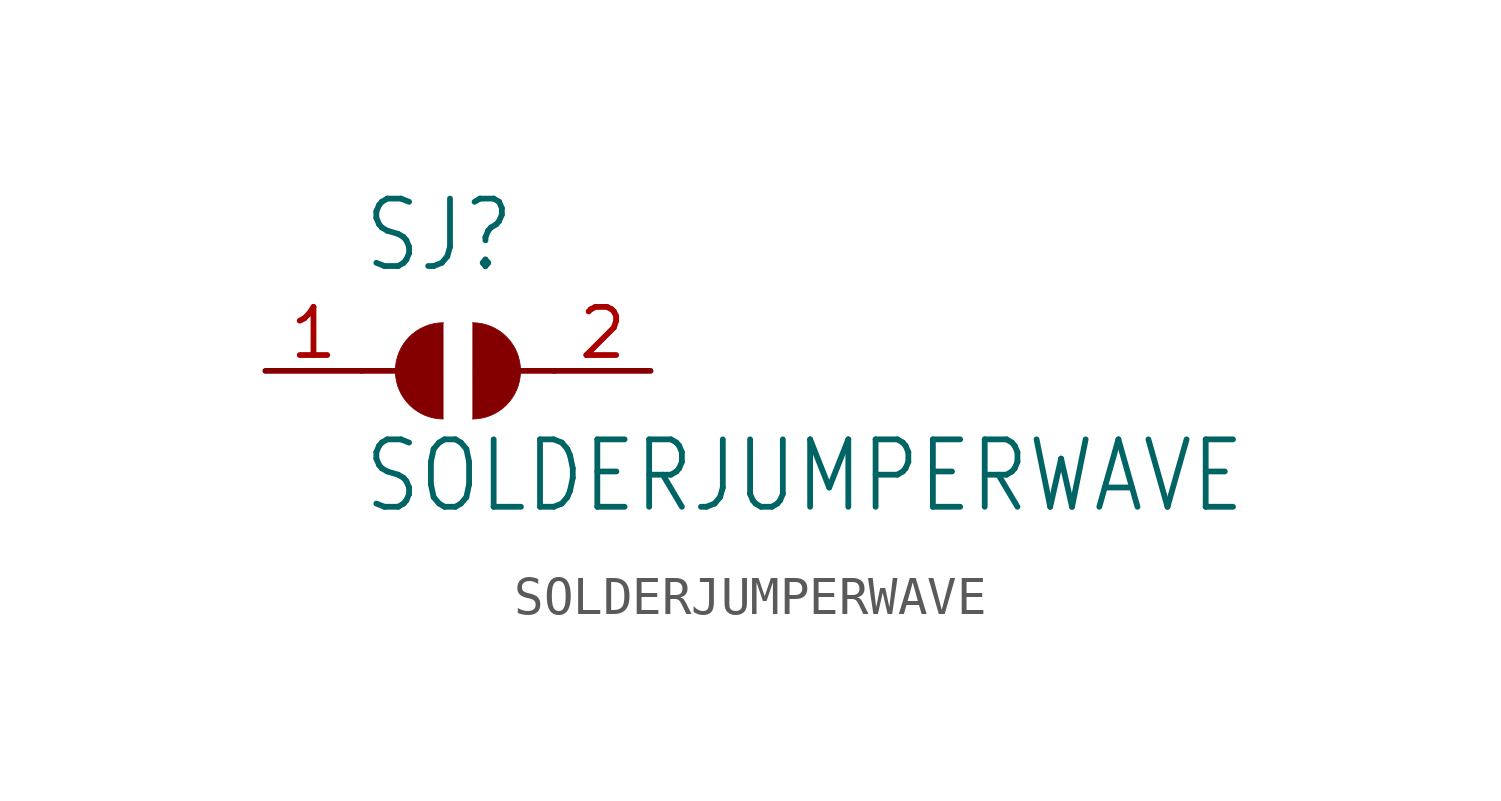
<source format=kicad_sym>
(kicad_symbol_lib
  (version 20211014)
  (generator kicad_symbol_editor)
  (symbol "SOLDERJUMPERWAVE"
    (property "Reference" "SJ"
      (at -2.54 2.54 0)
      (effects (font (size 1.778 1.511)) (justify left bottom)))
    (property "Value" "SOLDERJUMPERWAVE"
      (at -2.54 -3.81 0)
      (effects (font (size 1.778 1.511)) (justify left bottom)))
    (property "ki_locked" ""
      (at 0 0 0)
      (effects (font (size 1.27 1.27))))
    (symbol "SOLDERJUMPERWAVE_1_0"
      (arc (start -0.381 1.2699) (mid -1.6508 0) (end -0.381 -1.2699) (stroke (width 0.0001) (type default) (color 0 0 0 0)) (fill (type outline)))
      (polyline (pts (xy -2.54 0) (xy -1.651 0)) (stroke (width 0.152) (type default) (color 0 0 0 0)) (fill (type none)))
      (polyline (pts (xy 2.54 0) (xy 1.651 0)) (stroke (width 0.152) (type default) (color 0 0 0 0)) (fill (type none)))
      (arc (start 0.381 -1.2699) (mid 1.6508 0) (end 0.381 1.2699) (stroke (width 0.0001) (type default) (color 0 0 0 0)) (fill (type outline)))
      (pin passive line (at -5.08 0 0) (length 2.54) (name "1" (effects (font (size 0 0)))) (number "1" (effects (font (size 1.27 1.27)))))
      (pin passive line (at 5.08 0 180) (length 2.54) (name "2" (effects (font (size 0 0)))) (number "2" (effects (font (size 1.27 1.27))))))))
</source>
